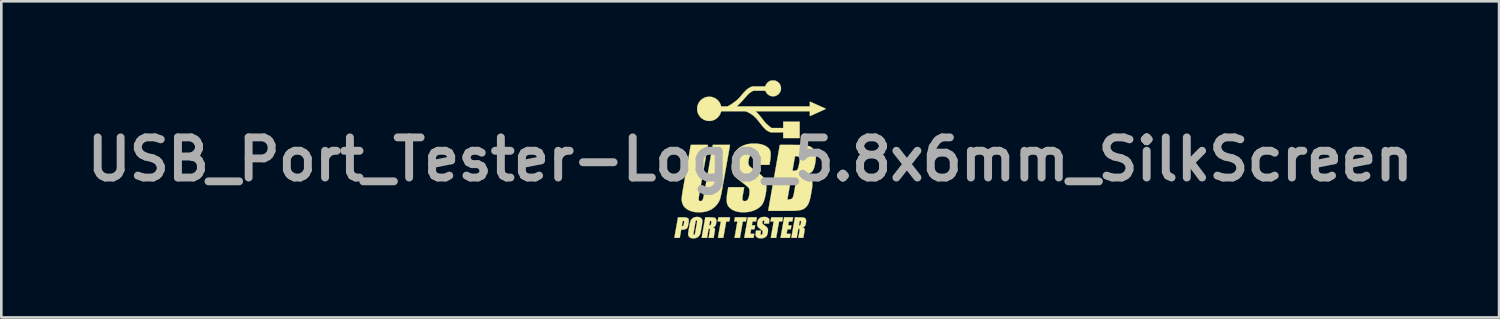
<source format=kicad_pcb>
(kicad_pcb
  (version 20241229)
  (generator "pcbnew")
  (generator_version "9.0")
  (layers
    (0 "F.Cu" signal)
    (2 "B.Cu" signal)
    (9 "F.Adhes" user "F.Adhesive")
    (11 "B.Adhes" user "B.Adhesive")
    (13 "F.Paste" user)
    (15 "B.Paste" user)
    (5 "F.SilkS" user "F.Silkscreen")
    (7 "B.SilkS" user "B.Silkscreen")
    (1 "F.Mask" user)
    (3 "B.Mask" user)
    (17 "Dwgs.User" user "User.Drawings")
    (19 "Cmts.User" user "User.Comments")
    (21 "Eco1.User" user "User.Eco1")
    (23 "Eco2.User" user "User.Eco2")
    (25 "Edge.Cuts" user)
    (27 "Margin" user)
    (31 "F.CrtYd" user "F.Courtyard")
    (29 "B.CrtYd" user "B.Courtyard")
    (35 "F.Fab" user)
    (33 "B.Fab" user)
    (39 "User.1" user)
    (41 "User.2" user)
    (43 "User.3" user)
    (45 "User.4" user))
  (footprint "USB_Port_Tester-Logo_5.8x6mm_SilkScreen"
    (layer "F.Cu")
    (at 25.444 3.003)
    (property "Reference" "USB_Port_Tester-Logo_5.8x6mm_SilkScreen" (at 0 0 0) (layer "F.Fab") (effects (font (size 1.524 1.524) (thickness 0.3))))
    (attr through_hole)
    (fp_poly (pts (xy -0.309 2.2) (xy -0.267 2.2) (xy -0.23 2.201) (xy -0.2 2.201) (xy -0.175 2.201) (xy -0.156 2.202) (xy -0.143 2.202) (xy -0.136 2.203) (xy -0.135 2.203) (xy -0.135 2.207) (xy -0.137 2.215) (xy -0.139 2.228) (xy -0.142 2.244) (xy -0.145 2.263) (xy -0.148 2.28) (xy -0.152 2.3) (xy -0.155 2.319) (xy -0.157 2.334) (xy -0.159 2.346) (xy -0.161 2.354) (xy -0.161 2.356) (xy -0.164 2.357) (xy -0.172 2.358) (xy -0.184 2.358) (xy -0.199 2.358) (xy -0.216 2.358) (xy -0.221 2.358) (xy -0.281 2.358) (xy -0.283 2.369) (xy -0.284 2.374) (xy -0.286 2.383) (xy -0.288 2.398) (xy -0.292 2.417) (xy -0.296 2.441) (xy -0.301 2.468) (xy -0.306 2.499) (xy -0.312 2.532) (xy -0.318 2.569) (xy -0.325 2.607) (xy -0.332 2.647) (xy -0.338 2.681) (xy -0.391 2.981) (xy -0.493 2.982) (xy -0.52 2.982) (xy -0.543 2.982) (xy -0.56 2.982) (xy -0.573 2.982) (xy -0.583 2.981) (xy -0.589 2.981) (xy -0.593 2.98) (xy -0.595 2.979) (xy -0.595 2.978) (xy -0.594 2.975) (xy -0.593 2.966) (xy -0.591 2.953) (xy -0.587 2.935) (xy -0.584 2.913) (xy -0.579 2.888) (xy -0.574 2.86) (xy -0.569 2.829) (xy -0.563 2.796) (xy -0.557 2.762) (xy -0.551 2.726) (xy -0.545 2.69) (xy -0.538 2.654) (xy -0.532 2.617) (xy -0.526 2.582) (xy -0.52 2.547) (xy -0.514 2.515) (xy -0.509 2.484) (xy -0.504 2.456) (xy -0.499 2.431) (xy -0.495 2.409) (xy -0.492 2.391) (xy -0.49 2.378) (xy -0.488 2.369) (xy -0.488 2.366) (xy -0.486 2.358) (xy -0.607 2.358) (xy -0.606 2.35) (xy -0.605 2.345) (xy -0.603 2.335) (xy -0.6 2.321) (xy -0.597 2.304) (xy -0.594 2.285) (xy -0.591 2.271) (xy -0.579 2.2) (xy -0.357 2.2) (xy -0.309 2.2)) (stroke (width 0.01) (type solid)) (fill yes) (layer "F.SilkS"))
    (fp_poly (pts (xy 1.177 2.201) (xy 1.194 2.201) (xy 1.209 2.201) (xy 1.22 2.201) (xy 1.228 2.202) (xy 1.234 2.202) (xy 1.238 2.203) (xy 1.241 2.203) (xy 1.242 2.204) (xy 1.242 2.205) (xy 1.242 2.205) (xy 1.242 2.209) (xy 1.24 2.218) (xy 1.238 2.231) (xy 1.236 2.246) (xy 1.233 2.264) (xy 1.23 2.282) (xy 1.226 2.3) (xy 1.223 2.317) (xy 1.221 2.331) (xy 1.219 2.343) (xy 1.218 2.343) (xy 1.215 2.358) (xy 1.096 2.358) (xy 1.095 2.366) (xy 1.094 2.37) (xy 1.093 2.38) (xy 1.09 2.394) (xy 1.087 2.413) (xy 1.083 2.436) (xy 1.078 2.463) (xy 1.072 2.493) (xy 1.066 2.527) (xy 1.06 2.563) (xy 1.053 2.601) (xy 1.046 2.641) (xy 1.04 2.678) (xy 0.986 2.982) (xy 0.884 2.982) (xy 0.86 2.982) (xy 0.839 2.982) (xy 0.819 2.982) (xy 0.804 2.982) (xy 0.792 2.981) (xy 0.784 2.981) (xy 0.782 2.98) (xy 0.783 2.977) (xy 0.784 2.969) (xy 0.787 2.955) (xy 0.79 2.937) (xy 0.794 2.914) (xy 0.798 2.888) (xy 0.803 2.858) (xy 0.809 2.825) (xy 0.815 2.79) (xy 0.822 2.752) (xy 0.829 2.712) (xy 0.836 2.671) (xy 0.844 2.629) (xy 0.851 2.589) (xy 0.857 2.551) (xy 0.864 2.516) (xy 0.87 2.483) (xy 0.875 2.453) (xy 0.879 2.427) (xy 0.883 2.404) (xy 0.886 2.386) (xy 0.889 2.373) (xy 0.89 2.364) (xy 0.891 2.361) (xy 0.888 2.36) (xy 0.88 2.359) (xy 0.867 2.359) (xy 0.851 2.359) (xy 0.832 2.358) (xy 0.771 2.358) (xy 0.772 2.35) (xy 0.773 2.345) (xy 0.775 2.335) (xy 0.777 2.321) (xy 0.78 2.304) (xy 0.784 2.285) (xy 0.786 2.272) (xy 0.799 2.202) (xy 1.02 2.201) (xy 1.062 2.201) (xy 1.098 2.201) (xy 1.129 2.201) (xy 1.155 2.201) (xy 1.177 2.201)) (stroke (width 0.01) (type solid)) (fill yes) (layer "F.SilkS"))
    (fp_poly (pts (xy -2.604 2.202) (xy -2.572 2.202) (xy -2.545 2.202) (xy -2.522 2.202) (xy -2.504 2.202) (xy -2.488 2.203) (xy -2.476 2.203) (xy -2.466 2.204) (xy -2.458 2.205) (xy -2.451 2.205) (xy -2.444 2.207) (xy -2.437 2.208) (xy -2.437 2.208) (xy -2.409 2.216) (xy -2.386 2.225) (xy -2.367 2.237) (xy -2.353 2.251) (xy -2.342 2.268) (xy -2.341 2.27) (xy -2.337 2.28) (xy -2.335 2.289) (xy -2.333 2.301) (xy -2.333 2.316) (xy -2.332 2.328) (xy -2.333 2.341) (xy -2.334 2.355) (xy -2.335 2.372) (xy -2.338 2.391) (xy -2.342 2.413) (xy -2.346 2.44) (xy -2.351 2.468) (xy -2.358 2.504) (xy -2.366 2.535) (xy -2.373 2.56) (xy -2.381 2.58) (xy -2.389 2.596) (xy -2.39 2.598) (xy -2.399 2.61) (xy -2.407 2.619) (xy -2.416 2.627) (xy -2.429 2.635) (xy -2.433 2.638) (xy -2.456 2.65) (xy -2.483 2.658) (xy -2.514 2.664) (xy -2.549 2.668) (xy -2.584 2.669) (xy -2.621 2.669) (xy -2.648 2.826) (xy -2.676 2.982) (xy -2.778 2.982) (xy -2.806 2.982) (xy -2.829 2.982) (xy -2.847 2.982) (xy -2.861 2.982) (xy -2.87 2.981) (xy -2.876 2.98) (xy -2.879 2.979) (xy -2.88 2.979) (xy -2.879 2.975) (xy -2.878 2.967) (xy -2.875 2.953) (xy -2.872 2.934) (xy -2.868 2.911) (xy -2.863 2.884) (xy -2.858 2.854) (xy -2.852 2.819) (xy -2.846 2.782) (xy -2.839 2.742) (xy -2.831 2.7) (xy -2.823 2.655) (xy -2.815 2.609) (xy -2.811 2.588) (xy -2.801 2.53) (xy -2.596 2.53) (xy -2.593 2.533) (xy -2.586 2.534) (xy -2.577 2.534) (xy -2.567 2.532) (xy -2.56 2.53) (xy -2.551 2.526) (xy -2.544 2.522) (xy -2.543 2.521) (xy -2.538 2.514) (xy -2.533 2.503) (xy -2.528 2.488) (xy -2.523 2.467) (xy -2.518 2.441) (xy -2.517 2.435) (xy -2.512 2.41) (xy -2.509 2.389) (xy -2.508 2.373) (xy -2.509 2.36) (xy -2.511 2.351) (xy -2.516 2.345) (xy -2.524 2.341) (xy -2.533 2.338) (xy -2.545 2.336) (xy -2.562 2.334) (xy -2.579 2.431) (xy -2.583 2.454) (xy -2.587 2.475) (xy -2.59 2.494) (xy -2.592 2.51) (xy -2.594 2.521) (xy -2.595 2.529) (xy -2.596 2.53) (xy -2.801 2.53) (xy -2.743 2.202) (xy -2.604 2.202)) (stroke (width 0.01) (type solid)) (fill yes) (layer "F.SilkS"))
    (fp_poly (pts (xy 0.25 2.21) (xy 0.249 2.215) (xy 0.247 2.226) (xy 0.245 2.24) (xy 0.242 2.257) (xy 0.238 2.276) (xy 0.236 2.288) (xy 0.224 2.357) (xy 0.156 2.358) (xy 0.088 2.358) (xy 0.084 2.386) (xy 0.081 2.398) (xy 0.078 2.415) (xy 0.075 2.434) (xy 0.072 2.453) (xy 0.071 2.458) (xy 0.063 2.503) (xy 0.125 2.504) (xy 0.147 2.505) (xy 0.164 2.505) (xy 0.175 2.506) (xy 0.183 2.507) (xy 0.187 2.508) (xy 0.188 2.509) (xy 0.187 2.512) (xy 0.186 2.521) (xy 0.184 2.534) (xy 0.181 2.55) (xy 0.178 2.569) (xy 0.175 2.583) (xy 0.163 2.654) (xy 0.099 2.654) (xy 0.076 2.654) (xy 0.058 2.655) (xy 0.045 2.655) (xy 0.037 2.656) (xy 0.035 2.657) (xy 0.035 2.661) (xy 0.033 2.669) (xy 0.031 2.681) (xy 0.029 2.696) (xy 0.026 2.714) (xy 0.022 2.732) (xy 0.019 2.751) (xy 0.016 2.77) (xy 0.013 2.787) (xy 0.01 2.801) (xy 0.008 2.812) (xy 0.007 2.819) (xy 0.007 2.819) (xy 0.005 2.827) (xy 0.081 2.827) (xy 0.103 2.827) (xy 0.121 2.827) (xy 0.134 2.827) (xy 0.144 2.828) (xy 0.15 2.828) (xy 0.153 2.829) (xy 0.154 2.83) (xy 0.154 2.832) (xy 0.154 2.832) (xy 0.153 2.836) (xy 0.152 2.846) (xy 0.149 2.859) (xy 0.146 2.875) (xy 0.143 2.894) (xy 0.14 2.91) (xy 0.128 2.982) (xy -0.049 2.982) (xy -0.085 2.982) (xy -0.118 2.982) (xy -0.147 2.982) (xy -0.172 2.982) (xy -0.193 2.981) (xy -0.209 2.981) (xy -0.22 2.98) (xy -0.225 2.98) (xy -0.226 2.98) (xy -0.225 2.976) (xy -0.224 2.968) (xy -0.221 2.954) (xy -0.218 2.936) (xy -0.214 2.914) (xy -0.21 2.888) (xy -0.205 2.859) (xy -0.199 2.827) (xy -0.193 2.793) (xy -0.187 2.756) (xy -0.18 2.718) (xy -0.173 2.678) (xy -0.166 2.637) (xy -0.159 2.597) (xy -0.151 2.556) (xy -0.144 2.515) (xy -0.137 2.475) (xy -0.13 2.437) (xy -0.124 2.4) (xy -0.118 2.365) (xy -0.112 2.332) (xy -0.107 2.303) (xy -0.102 2.276) (xy -0.098 2.253) (xy -0.094 2.235) (xy -0.092 2.22) (xy -0.09 2.211) (xy -0.089 2.207) (xy -0.089 2.207) (xy -0.088 2.2) (xy 0.252 2.2) (xy 0.25 2.21)) (stroke (width 0.01) (type solid)) (fill yes) (layer "F.SilkS"))
    (fp_poly (pts (xy 1.628 2.208) (xy 1.627 2.213) (xy 1.625 2.223) (xy 1.623 2.237) (xy 1.62 2.254) (xy 1.616 2.273) (xy 1.614 2.287) (xy 1.601 2.358) (xy 1.466 2.358) (xy 1.454 2.428) (xy 1.45 2.448) (xy 1.447 2.465) (xy 1.445 2.481) (xy 1.443 2.492) (xy 1.442 2.499) (xy 1.441 2.501) (xy 1.443 2.503) (xy 1.448 2.504) (xy 1.457 2.504) (xy 1.471 2.505) (xy 1.49 2.505) (xy 1.502 2.505) (xy 1.521 2.505) (xy 1.537 2.505) (xy 1.55 2.505) (xy 1.56 2.506) (xy 1.565 2.506) (xy 1.565 2.506) (xy 1.565 2.51) (xy 1.564 2.518) (xy 1.562 2.529) (xy 1.56 2.544) (xy 1.558 2.554) (xy 1.555 2.572) (xy 1.551 2.591) (xy 1.548 2.609) (xy 1.546 2.623) (xy 1.545 2.627) (xy 1.54 2.654) (xy 1.477 2.655) (xy 1.414 2.656) (xy 1.4 2.732) (xy 1.396 2.753) (xy 1.393 2.772) (xy 1.39 2.789) (xy 1.387 2.803) (xy 1.386 2.813) (xy 1.385 2.818) (xy 1.383 2.827) (xy 1.458 2.827) (xy 1.478 2.827) (xy 1.496 2.827) (xy 1.511 2.828) (xy 1.523 2.828) (xy 1.53 2.828) (xy 1.532 2.829) (xy 1.532 2.832) (xy 1.53 2.84) (xy 1.528 2.852) (xy 1.525 2.868) (xy 1.522 2.887) (xy 1.519 2.904) (xy 1.515 2.924) (xy 1.512 2.943) (xy 1.51 2.958) (xy 1.507 2.97) (xy 1.506 2.978) (xy 1.506 2.98) (xy 1.503 2.981) (xy 1.495 2.981) (xy 1.482 2.981) (xy 1.464 2.982) (xy 1.443 2.982) (xy 1.419 2.982) (xy 1.391 2.982) (xy 1.361 2.982) (xy 1.33 2.982) (xy 1.151 2.982) (xy 1.153 2.974) (xy 1.153 2.97) (xy 1.155 2.961) (xy 1.157 2.947) (xy 1.161 2.928) (xy 1.165 2.904) (xy 1.17 2.877) (xy 1.175 2.846) (xy 1.181 2.811) (xy 1.188 2.774) (xy 1.195 2.734) (xy 1.203 2.691) (xy 1.21 2.647) (xy 1.218 2.601) (xy 1.22 2.591) (xy 1.228 2.545) (xy 1.236 2.5) (xy 1.244 2.458) (xy 1.251 2.417) (xy 1.258 2.379) (xy 1.264 2.344) (xy 1.269 2.312) (xy 1.274 2.284) (xy 1.279 2.259) (xy 1.282 2.239) (xy 1.285 2.224) (xy 1.287 2.214) (xy 1.288 2.209) (xy 1.288 2.208) (xy 1.29 2.2) (xy 1.63 2.2) (xy 1.628 2.208)) (stroke (width 0.01) (type solid)) (fill yes) (layer "F.SilkS"))
    (fp_poly (pts (xy -0.952 2.2) (xy -0.918 2.2) (xy -0.886 2.2) (xy -0.857 2.201) (xy -0.832 2.201) (xy -0.809 2.201) (xy -0.791 2.201) (xy -0.777 2.202) (xy -0.768 2.202) (xy -0.765 2.202) (xy -0.765 2.202) (xy -0.765 2.206) (xy -0.767 2.214) (xy -0.769 2.227) (xy -0.771 2.243) (xy -0.775 2.261) (xy -0.778 2.279) (xy -0.781 2.299) (xy -0.785 2.318) (xy -0.787 2.333) (xy -0.789 2.346) (xy -0.791 2.353) (xy -0.791 2.356) (xy -0.794 2.357) (xy -0.802 2.357) (xy -0.813 2.358) (xy -0.829 2.358) (xy -0.846 2.358) (xy -0.851 2.358) (xy -0.869 2.358) (xy -0.885 2.358) (xy -0.898 2.359) (xy -0.907 2.359) (xy -0.911 2.359) (xy -0.911 2.359) (xy -0.912 2.362) (xy -0.913 2.37) (xy -0.916 2.384) (xy -0.919 2.402) (xy -0.923 2.424) (xy -0.927 2.45) (xy -0.933 2.48) (xy -0.938 2.513) (xy -0.945 2.548) (xy -0.951 2.586) (xy -0.959 2.626) (xy -0.966 2.668) (xy -0.966 2.67) (xy -1.021 2.981) (xy -1.123 2.982) (xy -1.15 2.982) (xy -1.172 2.982) (xy -1.189 2.982) (xy -1.203 2.982) (xy -1.212 2.981) (xy -1.218 2.981) (xy -1.222 2.98) (xy -1.224 2.979) (xy -1.225 2.978) (xy -1.224 2.975) (xy -1.223 2.966) (xy -1.22 2.952) (xy -1.217 2.934) (xy -1.214 2.913) (xy -1.209 2.887) (xy -1.204 2.859) (xy -1.199 2.828) (xy -1.193 2.795) (xy -1.187 2.761) (xy -1.181 2.725) (xy -1.175 2.689) (xy -1.168 2.652) (xy -1.162 2.616) (xy -1.156 2.58) (xy -1.149 2.546) (xy -1.144 2.513) (xy -1.138 2.482) (xy -1.133 2.454) (xy -1.129 2.429) (xy -1.125 2.407) (xy -1.122 2.39) (xy -1.119 2.376) (xy -1.118 2.368) (xy -1.117 2.365) (xy -1.116 2.358) (xy -1.176 2.358) (xy -1.194 2.358) (xy -1.21 2.358) (xy -1.223 2.358) (xy -1.232 2.357) (xy -1.236 2.357) (xy -1.236 2.356) (xy -1.236 2.353) (xy -1.234 2.345) (xy -1.232 2.332) (xy -1.23 2.316) (xy -1.226 2.298) (xy -1.223 2.28) (xy -1.22 2.26) (xy -1.216 2.242) (xy -1.214 2.226) (xy -1.212 2.214) (xy -1.21 2.206) (xy -1.21 2.203) (xy -1.207 2.202) (xy -1.198 2.202) (xy -1.184 2.201) (xy -1.163 2.201) (xy -1.137 2.201) (xy -1.105 2.2) (xy -1.067 2.2) (xy -1.023 2.2) (xy -0.987 2.2) (xy -0.952 2.2)) (stroke (width 0.01) (type solid)) (fill yes) (layer "F.SilkS"))
    (fp_poly (pts (xy -2.002 2.186) (xy -1.983 2.188) (xy -1.965 2.189) (xy -1.95 2.191) (xy -1.942 2.193) (xy -1.912 2.204) (xy -1.885 2.218) (xy -1.861 2.236) (xy -1.843 2.258) (xy -1.829 2.282) (xy -1.821 2.304) (xy -1.819 2.313) (xy -1.817 2.324) (xy -1.816 2.335) (xy -1.816 2.348) (xy -1.817 2.363) (xy -1.818 2.38) (xy -1.82 2.4) (xy -1.823 2.423) (xy -1.827 2.45) (xy -1.832 2.481) (xy -1.838 2.517) (xy -1.845 2.557) (xy -1.853 2.603) (xy -1.853 2.604) (xy -1.861 2.649) (xy -1.869 2.689) (xy -1.875 2.724) (xy -1.881 2.753) (xy -1.886 2.779) (xy -1.891 2.8) (xy -1.896 2.818) (xy -1.9 2.833) (xy -1.904 2.844) (xy -1.904 2.845) (xy -1.92 2.877) (xy -1.94 2.906) (xy -1.965 2.932) (xy -1.993 2.954) (xy -2.025 2.972) (xy -2.06 2.986) (xy -2.097 2.995) (xy -2.107 2.997) (xy -2.128 2.999) (xy -2.15 3) (xy -2.174 2.999) (xy -2.196 2.998) (xy -2.214 2.996) (xy -2.247 2.987) (xy -2.277 2.975) (xy -2.302 2.959) (xy -2.322 2.939) (xy -2.338 2.915) (xy -2.35 2.887) (xy -2.355 2.869) (xy -2.356 2.861) (xy -2.357 2.851) (xy -2.357 2.841) (xy -2.357 2.838) (xy -2.157 2.838) (xy -2.157 2.85) (xy -2.155 2.858) (xy -2.15 2.863) (xy -2.144 2.866) (xy -2.143 2.866) (xy -2.136 2.867) (xy -2.132 2.867) (xy -2.126 2.865) (xy -2.122 2.864) (xy -2.115 2.859) (xy -2.108 2.85) (xy -2.102 2.837) (xy -2.097 2.819) (xy -2.096 2.815) (xy -2.094 2.806) (xy -2.092 2.793) (xy -2.088 2.775) (xy -2.084 2.753) (xy -2.08 2.728) (xy -2.075 2.7) (xy -2.07 2.671) (xy -2.064 2.639) (xy -2.058 2.607) (xy -2.053 2.575) (xy -2.047 2.542) (xy -2.042 2.511) (xy -2.037 2.481) (xy -2.032 2.452) (xy -2.028 2.427) (xy -2.024 2.404) (xy -2.021 2.385) (xy -2.018 2.37) (xy -2.017 2.36) (xy -2.017 2.356) (xy -2.016 2.344) (xy -2.016 2.336) (xy -2.017 2.33) (xy -2.02 2.327) (xy -2.02 2.326) (xy -2.029 2.32) (xy -2.04 2.319) (xy -2.049 2.322) (xy -2.059 2.328) (xy -2.066 2.338) (xy -2.073 2.353) (xy -2.075 2.362) (xy -2.077 2.369) (xy -2.079 2.38) (xy -2.082 2.397) (xy -2.086 2.417) (xy -2.09 2.441) (xy -2.095 2.467) (xy -2.1 2.496) (xy -2.105 2.527) (xy -2.111 2.559) (xy -2.117 2.591) (xy -2.123 2.624) (xy -2.128 2.656) (xy -2.133 2.687) (xy -2.138 2.716) (xy -2.143 2.742) (xy -2.147 2.766) (xy -2.15 2.787) (xy -2.153 2.803) (xy -2.155 2.815) (xy -2.156 2.822) (xy -2.157 2.838) (xy -2.357 2.838) (xy -2.357 2.83) (xy -2.356 2.816) (xy -2.355 2.8) (xy -2.353 2.781) (xy -2.35 2.76) (xy -2.346 2.734) (xy -2.341 2.705) (xy -2.336 2.671) (xy -2.329 2.633) (xy -2.321 2.589) (xy -2.317 2.566) (xy -2.309 2.521) (xy -2.302 2.481) (xy -2.295 2.447) (xy -2.289 2.417) (xy -2.283 2.392) (xy -2.278 2.371) (xy -2.273 2.354) (xy -2.268 2.34) (xy -2.268 2.339) (xy -2.253 2.309) (xy -2.234 2.281) (xy -2.21 2.256) (xy -2.183 2.234) (xy -2.153 2.215) (xy -2.123 2.203) (xy -2.093 2.194) (xy -2.063 2.189) (xy -2.032 2.186) (xy -2.002 2.186)) (stroke (width 0.01) (type solid)) (fill yes) (layer "F.SilkS"))
    (fp_poly (pts (xy -1.574 2.2) (xy -1.549 2.2) (xy -1.523 2.201) (xy -1.499 2.201) (xy -1.476 2.202) (xy -1.456 2.203) (xy -1.455 2.203) (xy -1.426 2.205) (xy -1.402 2.207) (xy -1.382 2.21) (xy -1.365 2.213) (xy -1.352 2.218) (xy -1.34 2.223) (xy -1.329 2.23) (xy -1.32 2.239) (xy -1.306 2.254) (xy -1.296 2.27) (xy -1.289 2.29) (xy -1.285 2.313) (xy -1.283 2.34) (xy -1.283 2.343) (xy -1.284 2.371) (xy -1.288 2.402) (xy -1.293 2.433) (xy -1.3 2.463) (xy -1.309 2.49) (xy -1.315 2.507) (xy -1.328 2.529) (xy -1.345 2.546) (xy -1.366 2.559) (xy -1.39 2.568) (xy -1.395 2.569) (xy -1.407 2.572) (xy -1.415 2.574) (xy -1.418 2.576) (xy -1.416 2.578) (xy -1.409 2.581) (xy -1.404 2.583) (xy -1.382 2.593) (xy -1.366 2.604) (xy -1.353 2.619) (xy -1.344 2.637) (xy -1.343 2.64) (xy -1.341 2.646) (xy -1.34 2.651) (xy -1.339 2.657) (xy -1.339 2.663) (xy -1.339 2.671) (xy -1.339 2.682) (xy -1.341 2.694) (xy -1.343 2.709) (xy -1.346 2.728) (xy -1.349 2.75) (xy -1.354 2.777) (xy -1.359 2.808) (xy -1.366 2.845) (xy -1.367 2.854) (xy -1.39 2.982) (xy -1.484 2.982) (xy -1.507 2.982) (xy -1.528 2.982) (xy -1.546 2.982) (xy -1.561 2.982) (xy -1.572 2.981) (xy -1.578 2.981) (xy -1.579 2.981) (xy -1.579 2.977) (xy -1.577 2.969) (xy -1.575 2.956) (xy -1.572 2.939) (xy -1.568 2.918) (xy -1.564 2.895) (xy -1.56 2.869) (xy -1.555 2.841) (xy -1.554 2.838) (xy -1.549 2.809) (xy -1.545 2.782) (xy -1.54 2.756) (xy -1.536 2.733) (xy -1.533 2.713) (xy -1.53 2.697) (xy -1.529 2.685) (xy -1.528 2.679) (xy -1.528 2.679) (xy -1.527 2.662) (xy -1.53 2.649) (xy -1.536 2.64) (xy -1.546 2.635) (xy -1.561 2.632) (xy -1.563 2.632) (xy -1.578 2.63) (xy -1.609 2.806) (xy -1.64 2.981) (xy -1.742 2.982) (xy -1.845 2.982) (xy -1.776 2.595) (xy -1.768 2.548) (xy -1.761 2.507) (xy -1.556 2.507) (xy -1.553 2.508) (xy -1.546 2.508) (xy -1.537 2.507) (xy -1.528 2.505) (xy -1.519 2.503) (xy -1.512 2.501) (xy -1.512 2.5) (xy -1.505 2.495) (xy -1.499 2.487) (xy -1.494 2.476) (xy -1.489 2.46) (xy -1.484 2.44) (xy -1.48 2.414) (xy -1.478 2.404) (xy -1.475 2.384) (xy -1.474 2.368) (xy -1.476 2.357) (xy -1.479 2.349) (xy -1.482 2.345) (xy -1.487 2.343) (xy -1.495 2.34) (xy -1.505 2.337) (xy -1.514 2.335) (xy -1.521 2.335) (xy -1.525 2.335) (xy -1.525 2.338) (xy -1.527 2.346) (xy -1.529 2.358) (xy -1.532 2.373) (xy -1.535 2.39) (xy -1.539 2.409) (xy -1.542 2.428) (xy -1.546 2.447) (xy -1.549 2.465) (xy -1.551 2.481) (xy -1.554 2.494) (xy -1.555 2.502) (xy -1.556 2.507) (xy -1.556 2.507) (xy -1.761 2.507) (xy -1.76 2.503) (xy -1.752 2.459) (xy -1.745 2.418) (xy -1.738 2.38) (xy -1.732 2.344) (xy -1.726 2.312) (xy -1.721 2.283) (xy -1.717 2.258) (xy -1.713 2.237) (xy -1.71 2.221) (xy -1.708 2.21) (xy -1.707 2.205) (xy -1.707 2.204) (xy -1.703 2.203) (xy -1.695 2.202) (xy -1.682 2.201) (xy -1.665 2.201) (xy -1.646 2.2) (xy -1.623 2.2) (xy -1.599 2.2) (xy -1.574 2.2)) (stroke (width 0.01) (type solid)) (fill yes) (layer "F.SilkS"))
    (fp_poly (pts (xy 0.542 2.186) (xy 0.568 2.187) (xy 0.592 2.19) (xy 0.612 2.194) (xy 0.614 2.194) (xy 0.643 2.204) (xy 0.668 2.216) (xy 0.689 2.231) (xy 0.706 2.247) (xy 0.717 2.264) (xy 0.72 2.271) (xy 0.722 2.277) (xy 0.724 2.283) (xy 0.725 2.291) (xy 0.725 2.302) (xy 0.725 2.318) (xy 0.725 2.323) (xy 0.724 2.339) (xy 0.723 2.357) (xy 0.721 2.376) (xy 0.719 2.394) (xy 0.717 2.41) (xy 0.714 2.424) (xy 0.712 2.434) (xy 0.71 2.438) (xy 0.707 2.438) (xy 0.699 2.439) (xy 0.686 2.439) (xy 0.671 2.44) (xy 0.653 2.44) (xy 0.633 2.44) (xy 0.613 2.44) (xy 0.593 2.44) (xy 0.574 2.44) (xy 0.556 2.44) (xy 0.542 2.44) (xy 0.531 2.439) (xy 0.525 2.439) (xy 0.523 2.438) (xy 0.523 2.435) (xy 0.524 2.426) (xy 0.526 2.415) (xy 0.528 2.4) (xy 0.529 2.395) (xy 0.532 2.374) (xy 0.535 2.359) (xy 0.536 2.347) (xy 0.536 2.339) (xy 0.534 2.332) (xy 0.532 2.328) (xy 0.531 2.326) (xy 0.525 2.321) (xy 0.518 2.319) (xy 0.512 2.319) (xy 0.502 2.32) (xy 0.493 2.324) (xy 0.491 2.325) (xy 0.483 2.332) (xy 0.476 2.345) (xy 0.47 2.36) (xy 0.466 2.372) (xy 0.464 2.386) (xy 0.463 2.401) (xy 0.463 2.416) (xy 0.464 2.429) (xy 0.466 2.438) (xy 0.467 2.44) (xy 0.475 2.45) (xy 0.488 2.463) (xy 0.506 2.478) (xy 0.527 2.493) (xy 0.563 2.519) (xy 0.594 2.544) (xy 0.619 2.566) (xy 0.629 2.576) (xy 0.644 2.593) (xy 0.656 2.609) (xy 0.665 2.626) (xy 0.67 2.643) (xy 0.674 2.664) (xy 0.675 2.688) (xy 0.675 2.7) (xy 0.673 2.736) (xy 0.669 2.771) (xy 0.663 2.806) (xy 0.654 2.839) (xy 0.644 2.869) (xy 0.632 2.895) (xy 0.62 2.915) (xy 0.605 2.931) (xy 0.586 2.946) (xy 0.563 2.961) (xy 0.537 2.974) (xy 0.509 2.984) (xy 0.49 2.99) (xy 0.471 2.994) (xy 0.447 2.997) (xy 0.422 2.999) (xy 0.396 2.999) (xy 0.371 2.999) (xy 0.35 2.997) (xy 0.342 2.996) (xy 0.311 2.987) (xy 0.282 2.976) (xy 0.258 2.961) (xy 0.237 2.944) (xy 0.221 2.924) (xy 0.212 2.906) (xy 0.21 2.9) (xy 0.208 2.894) (xy 0.207 2.885) (xy 0.207 2.874) (xy 0.207 2.858) (xy 0.207 2.842) (xy 0.208 2.797) (xy 0.213 2.754) (xy 0.221 2.711) (xy 0.223 2.704) (xy 0.412 2.704) (xy 0.402 2.76) (xy 0.398 2.789) (xy 0.395 2.812) (xy 0.393 2.83) (xy 0.393 2.844) (xy 0.394 2.853) (xy 0.397 2.859) (xy 0.398 2.86) (xy 0.409 2.866) (xy 0.421 2.867) (xy 0.434 2.864) (xy 0.446 2.856) (xy 0.456 2.845) (xy 0.462 2.834) (xy 0.465 2.822) (xy 0.469 2.807) (xy 0.472 2.789) (xy 0.474 2.772) (xy 0.475 2.756) (xy 0.475 2.753) (xy 0.474 2.743) (xy 0.473 2.735) (xy 0.471 2.727) (xy 0.468 2.719) (xy 0.463 2.711) (xy 0.455 2.702) (xy 0.444 2.692) (xy 0.431 2.68) (xy 0.414 2.666) (xy 0.392 2.649) (xy 0.373 2.635) (xy 0.349 2.615) (xy 0.329 2.599) (xy 0.313 2.584) (xy 0.3 2.571) (xy 0.29 2.559) (xy 0.282 2.547) (xy 0.276 2.535) (xy 0.271 2.522) (xy 0.268 2.509) (xy 0.265 2.49) (xy 0.264 2.466) (xy 0.266 2.44) (xy 0.269 2.412) (xy 0.274 2.384) (xy 0.28 2.356) (xy 0.287 2.332) (xy 0.301 2.3) (xy 0.318 2.272) (xy 0.339 2.248) (xy 0.364 2.228) (xy 0.37 2.224) (xy 0.393 2.212) (xy 0.419 2.202) (xy 0.447 2.194) (xy 0.468 2.19) (xy 0.491 2.187) (xy 0.516 2.186) (xy 0.542 2.186)) (stroke (width 0.01) (type solid)) (fill yes) (layer "F.SilkS"))
    (fp_poly (pts (xy 1.837 2.201) (xy 1.874 2.202) (xy 1.907 2.202) (xy 1.934 2.203) (xy 1.958 2.204) (xy 1.977 2.205) (xy 1.994 2.206) (xy 2.008 2.207) (xy 2.02 2.209) (xy 2.03 2.211) (xy 2.04 2.213) (xy 2.045 2.215) (xy 2.068 2.225) (xy 2.088 2.239) (xy 2.104 2.258) (xy 2.116 2.281) (xy 2.118 2.289) (xy 2.12 2.295) (xy 2.121 2.303) (xy 2.122 2.314) (xy 2.122 2.327) (xy 2.122 2.344) (xy 2.121 2.378) (xy 2.117 2.412) (xy 2.111 2.444) (xy 2.103 2.474) (xy 2.094 2.5) (xy 2.082 2.523) (xy 2.071 2.538) (xy 2.06 2.548) (xy 2.045 2.557) (xy 2.027 2.565) (xy 2.008 2.57) (xy 2.006 2.571) (xy 1.994 2.573) (xy 1.986 2.576) (xy 1.983 2.577) (xy 1.986 2.578) (xy 1.988 2.578) (xy 1.995 2.58) (xy 2.005 2.584) (xy 2.017 2.589) (xy 2.028 2.596) (xy 2.038 2.602) (xy 2.041 2.605) (xy 2.053 2.62) (xy 2.062 2.637) (xy 2.067 2.655) (xy 2.067 2.658) (xy 2.068 2.663) (xy 2.068 2.669) (xy 2.068 2.675) (xy 2.067 2.682) (xy 2.066 2.692) (xy 2.064 2.704) (xy 2.062 2.718) (xy 2.059 2.736) (xy 2.056 2.758) (xy 2.051 2.784) (xy 2.046 2.815) (xy 2.04 2.851) (xy 2.017 2.982) (xy 1.923 2.982) (xy 1.895 2.982) (xy 1.874 2.982) (xy 1.857 2.982) (xy 1.844 2.981) (xy 1.836 2.981) (xy 1.831 2.98) (xy 1.828 2.979) (xy 1.828 2.979) (xy 1.829 2.975) (xy 1.83 2.966) (xy 1.832 2.953) (xy 1.835 2.936) (xy 1.839 2.915) (xy 1.843 2.891) (xy 1.848 2.866) (xy 1.852 2.842) (xy 1.858 2.808) (xy 1.863 2.78) (xy 1.867 2.757) (xy 1.87 2.737) (xy 1.872 2.72) (xy 1.874 2.707) (xy 1.875 2.695) (xy 1.876 2.686) (xy 1.876 2.677) (xy 1.876 2.677) (xy 1.876 2.663) (xy 1.876 2.653) (xy 1.875 2.647) (xy 1.873 2.643) (xy 1.871 2.641) (xy 1.869 2.639) (xy 1.863 2.636) (xy 1.855 2.634) (xy 1.846 2.632) (xy 1.837 2.631) (xy 1.83 2.631) (xy 1.828 2.632) (xy 1.828 2.635) (xy 1.826 2.644) (xy 1.824 2.657) (xy 1.821 2.674) (xy 1.818 2.694) (xy 1.814 2.716) (xy 1.809 2.741) (xy 1.805 2.767) (xy 1.8 2.794) (xy 1.795 2.821) (xy 1.791 2.848) (xy 1.786 2.873) (xy 1.782 2.897) (xy 1.778 2.918) (xy 1.775 2.936) (xy 1.772 2.951) (xy 1.77 2.962) (xy 1.769 2.967) (xy 1.766 2.982) (xy 1.561 2.982) (xy 1.563 2.976) (xy 1.564 2.972) (xy 1.565 2.964) (xy 1.568 2.95) (xy 1.571 2.932) (xy 1.575 2.909) (xy 1.579 2.883) (xy 1.585 2.854) (xy 1.59 2.822) (xy 1.596 2.787) (xy 1.603 2.75) (xy 1.61 2.712) (xy 1.617 2.672) (xy 1.624 2.632) (xy 1.631 2.591) (xy 1.638 2.551) (xy 1.645 2.51) (xy 1.646 2.505) (xy 1.852 2.505) (xy 1.854 2.507) (xy 1.861 2.507) (xy 1.87 2.507) (xy 1.88 2.505) (xy 1.89 2.503) (xy 1.896 2.5) (xy 1.903 2.495) (xy 1.909 2.486) (xy 1.914 2.472) (xy 1.919 2.454) (xy 1.922 2.443) (xy 1.927 2.416) (xy 1.93 2.394) (xy 1.932 2.377) (xy 1.932 2.364) (xy 1.929 2.354) (xy 1.925 2.346) (xy 1.918 2.342) (xy 1.908 2.338) (xy 1.896 2.336) (xy 1.887 2.335) (xy 1.882 2.335) (xy 1.881 2.335) (xy 1.88 2.338) (xy 1.879 2.346) (xy 1.877 2.359) (xy 1.874 2.375) (xy 1.871 2.394) (xy 1.867 2.414) (xy 1.866 2.418) (xy 1.862 2.44) (xy 1.859 2.459) (xy 1.856 2.476) (xy 1.854 2.49) (xy 1.852 2.5) (xy 1.852 2.504) (xy 1.852 2.505) (xy 1.646 2.505) (xy 1.652 2.471) (xy 1.659 2.433) (xy 1.665 2.396) (xy 1.671 2.362) (xy 1.677 2.33) (xy 1.682 2.301) (xy 1.687 2.275) (xy 1.691 2.253) (xy 1.694 2.236) (xy 1.696 2.223) (xy 1.696 2.22) (xy 1.7 2.199) (xy 1.837 2.201)) (stroke (width 0.01) (type solid)) (fill yes) (layer "F.SilkS"))
    (fp_poly (pts (xy -1.881 -0.551) (xy -1.836 -0.551) (xy -1.795 -0.551) (xy -1.76 -0.551) (xy -1.729 -0.551) (xy -1.703 -0.55) (xy -1.68 -0.55) (xy -1.661 -0.55) (xy -1.646 -0.55) (xy -1.634 -0.55) (xy -1.624 -0.549) (xy -1.617 -0.549) (xy -1.611 -0.548) (xy -1.608 -0.548) (xy -1.606 -0.547) (xy -1.605 -0.546) (xy -1.605 -0.546) (xy -1.606 -0.543) (xy -1.607 -0.534) (xy -1.61 -0.52) (xy -1.613 -0.501) (xy -1.617 -0.477) (xy -1.622 -0.448) (xy -1.628 -0.415) (xy -1.635 -0.377) (xy -1.642 -0.335) (xy -1.65 -0.29) (xy -1.659 -0.241) (xy -1.668 -0.188) (xy -1.678 -0.132) (xy -1.688 -0.074) (xy -1.699 -0.012) (xy -1.71 0.052) (xy -1.722 0.119) (xy -1.734 0.187) (xy -1.746 0.258) (xy -1.759 0.33) (xy -1.772 0.404) (xy -1.774 0.412) (xy -1.787 0.487) (xy -1.8 0.56) (xy -1.812 0.632) (xy -1.825 0.701) (xy -1.837 0.769) (xy -1.848 0.835) (xy -1.859 0.899) (xy -1.87 0.96) (xy -1.88 1.018) (xy -1.89 1.072) (xy -1.899 1.124) (xy -1.907 1.172) (xy -1.915 1.217) (xy -1.922 1.257) (xy -1.928 1.293) (xy -1.934 1.325) (xy -1.938 1.353) (xy -1.942 1.375) (xy -1.945 1.392) (xy -1.947 1.404) (xy -1.948 1.411) (xy -1.948 1.411) (xy -1.952 1.437) (xy -1.954 1.462) (xy -1.956 1.486) (xy -1.956 1.507) (xy -1.956 1.525) (xy -1.955 1.538) (xy -1.954 1.544) (xy -1.947 1.558) (xy -1.937 1.571) (xy -1.923 1.579) (xy -1.916 1.582) (xy -1.9 1.584) (xy -1.881 1.584) (xy -1.863 1.581) (xy -1.849 1.576) (xy -1.833 1.566) (xy -1.818 1.552) (xy -1.806 1.534) (xy -1.803 1.527) (xy -1.796 1.511) (xy -1.79 1.49) (xy -1.783 1.465) (xy -1.775 1.437) (xy -1.768 1.407) (xy -1.765 1.393) (xy -1.764 1.386) (xy -1.762 1.373) (xy -1.759 1.356) (xy -1.754 1.333) (xy -1.75 1.305) (xy -1.744 1.273) (xy -1.737 1.237) (xy -1.73 1.196) (xy -1.722 1.151) (xy -1.713 1.103) (xy -1.704 1.051) (xy -1.694 0.996) (xy -1.684 0.937) (xy -1.673 0.876) (xy -1.662 0.813) (xy -1.65 0.747) (xy -1.638 0.679) (xy -1.626 0.609) (xy -1.613 0.538) (xy -1.6 0.465) (xy -1.589 0.402) (xy -1.576 0.329) (xy -1.564 0.257) (xy -1.551 0.187) (xy -1.539 0.119) (xy -1.528 0.052) (xy -1.516 -0.012) (xy -1.506 -0.073) (xy -1.495 -0.131) (xy -1.485 -0.187) (xy -1.476 -0.24) (xy -1.468 -0.289) (xy -1.46 -0.334) (xy -1.452 -0.376) (xy -1.446 -0.413) (xy -1.44 -0.446) (xy -1.435 -0.475) (xy -1.43 -0.499) (xy -1.427 -0.518) (xy -1.424 -0.532) (xy -1.423 -0.541) (xy -1.422 -0.544) (xy -1.421 -0.551) (xy -1.094 -0.551) (xy -1.051 -0.551) (xy -1.009 -0.551) (xy -0.97 -0.551) (xy -0.933 -0.551) (xy -0.899 -0.551) (xy -0.867 -0.55) (xy -0.84 -0.55) (xy -0.816 -0.55) (xy -0.797 -0.55) (xy -0.782 -0.55) (xy -0.772 -0.55) (xy -0.768 -0.55) (xy -0.768 -0.55) (xy -0.768 -0.546) (xy -0.77 -0.537) (xy -0.772 -0.523) (xy -0.775 -0.504) (xy -0.779 -0.48) (xy -0.784 -0.452) (xy -0.79 -0.419) (xy -0.796 -0.383) (xy -0.803 -0.343) (xy -0.811 -0.3) (xy -0.819 -0.253) (xy -0.828 -0.204) (xy -0.837 -0.152) (xy -0.847 -0.098) (xy -0.857 -0.041) (xy -0.867 0.017) (xy -0.877 0.076) (xy -0.888 0.137) (xy -0.899 0.199) (xy -0.91 0.261) (xy -0.921 0.324) (xy -0.933 0.387) (xy -0.944 0.45) (xy -0.955 0.513) (xy -0.966 0.575) (xy -0.977 0.636) (xy -0.988 0.696) (xy -0.998 0.755) (xy -1.008 0.812) (xy -1.018 0.867) (xy -1.027 0.92) (xy -1.036 0.97) (xy -1.045 1.018) (xy -1.053 1.062) (xy -1.06 1.104) (xy -1.067 1.141) (xy -1.073 1.175) (xy -1.078 1.205) (xy -1.083 1.231) (xy -1.087 1.252) (xy -1.09 1.268) (xy -1.092 1.279) (xy -1.093 1.283) (xy -1.101 1.324) (xy -1.11 1.364) (xy -1.119 1.402) (xy -1.127 1.438) (xy -1.136 1.47) (xy -1.143 1.498) (xy -1.15 1.52) (xy -1.166 1.561) (xy -1.187 1.603) (xy -1.212 1.646) (xy -1.242 1.689) (xy -1.275 1.731) (xy -1.312 1.771) (xy -1.319 1.778) (xy -1.366 1.822) (xy -1.416 1.861) (xy -1.47 1.896) (xy -1.527 1.926) (xy -1.589 1.952) (xy -1.653 1.973) (xy -1.722 1.99) (xy -1.794 2.002) (xy -1.799 2.003) (xy -1.813 2.004) (xy -1.832 2.005) (xy -1.855 2.007) (xy -1.881 2.007) (xy -1.908 2.008) (xy -1.935 2.009) (xy -1.963 2.009) (xy -1.988 2.009) (xy -2.011 2.008) (xy -2.031 2.008) (xy -2.046 2.007) (xy -2.046 2.007) (xy -2.115 1.998) (xy -2.179 1.985) (xy -2.238 1.969) (xy -2.294 1.949) (xy -2.331 1.932) (xy -2.378 1.907) (xy -2.42 1.881) (xy -2.456 1.852) (xy -2.488 1.821) (xy -2.516 1.788) (xy -2.54 1.752) (xy -2.555 1.724) (xy -2.575 1.676) (xy -2.59 1.627) (xy -2.599 1.577) (xy -2.603 1.527) (xy -2.601 1.48) (xy -2.601 1.467) (xy -2.599 1.455) (xy -2.598 1.442) (xy -2.597 1.429) (xy -2.595 1.415) (xy -2.594 1.4) (xy -2.592 1.384) (xy -2.59 1.367) (xy -2.587 1.349) (xy -2.584 1.329) (xy -2.581 1.308) (xy -2.578 1.284) (xy -2.574 1.259) (xy -2.569 1.231) (xy -2.564 1.2) (xy -2.559 1.167) (xy -2.553 1.131) (xy -2.546 1.092) (xy -2.539 1.05) (xy -2.531 1.004) (xy -2.523 0.954) (xy -2.513 0.901) (xy -2.503 0.844) (xy -2.493 0.782) (xy -2.481 0.716) (xy -2.469 0.646) (xy -2.456 0.57) (xy -2.441 0.49) (xy -2.426 0.405) (xy -2.41 0.314) (xy -2.393 0.217) (xy -2.391 0.203) (xy -2.379 0.137) (xy -2.368 0.073) (xy -2.357 0.011) (xy -2.346 -0.049) (xy -2.336 -0.107) (xy -2.326 -0.162) (xy -2.317 -0.215) (xy -2.308 -0.265) (xy -2.3 -0.311) (xy -2.293 -0.354) (xy -2.286 -0.394) (xy -2.28 -0.429) (xy -2.274 -0.461) (xy -2.269 -0.488) (xy -2.265 -0.51) (xy -2.262 -0.527) (xy -2.26 -0.54) (xy -2.259 -0.547) (xy -2.259 -0.548) (xy -2.256 -0.549) (xy -2.247 -0.549) (xy -2.234 -0.549) (xy -2.216 -0.55) (xy -2.193 -0.55) (xy -2.166 -0.55) (xy -2.135 -0.55) (xy -2.1 -0.55) (xy -2.063 -0.551) (xy -2.023 -0.551) (xy -1.98 -0.551) (xy -1.935 -0.551) (xy -1.932 -0.551) (xy -1.881 -0.551)) (stroke (width 0.01) (type solid)) (fill yes) (layer "F.SilkS"))
    (fp_poly (pts (xy 0.198 -0.6) (xy 0.231 -0.599) (xy 0.261 -0.597) (xy 0.291 -0.594) (xy 0.321 -0.59) (xy 0.331 -0.589) (xy 0.389 -0.578) (xy 0.444 -0.565) (xy 0.497 -0.548) (xy 0.546 -0.528) (xy 0.591 -0.505) (xy 0.632 -0.48) (xy 0.668 -0.453) (xy 0.7 -0.423) (xy 0.726 -0.391) (xy 0.73 -0.384) (xy 0.743 -0.363) (xy 0.754 -0.339) (xy 0.763 -0.313) (xy 0.77 -0.285) (xy 0.775 -0.253) (xy 0.778 -0.218) (xy 0.779 -0.18) (xy 0.778 -0.138) (xy 0.775 -0.092) (xy 0.77 -0.041) (xy 0.763 0.014) (xy 0.754 0.074) (xy 0.743 0.14) (xy 0.742 0.146) (xy 0.731 0.209) (xy 0.427 0.21) (xy 0.378 0.21) (xy 0.334 0.21) (xy 0.296 0.21) (xy 0.263 0.211) (xy 0.234 0.211) (xy 0.21 0.21) (xy 0.189 0.21) (xy 0.172 0.21) (xy 0.158 0.21) (xy 0.147 0.21) (xy 0.139 0.209) (xy 0.133 0.209) (xy 0.129 0.208) (xy 0.126 0.208) (xy 0.125 0.207) (xy 0.124 0.206) (xy 0.124 0.206) (xy 0.125 0.201) (xy 0.127 0.192) (xy 0.129 0.178) (xy 0.132 0.161) (xy 0.136 0.142) (xy 0.14 0.12) (xy 0.144 0.098) (xy 0.148 0.075) (xy 0.151 0.053) (xy 0.155 0.033) (xy 0.158 0.015) (xy 0.16 -0.001) (xy 0.162 -0.012) (xy 0.163 -0.015) (xy 0.167 -0.049) (xy 0.169 -0.079) (xy 0.169 -0.104) (xy 0.167 -0.124) (xy 0.162 -0.14) (xy 0.157 -0.15) (xy 0.146 -0.161) (xy 0.131 -0.169) (xy 0.114 -0.174) (xy 0.094 -0.175) (xy 0.073 -0.174) (xy 0.052 -0.169) (xy 0.039 -0.164) (xy 0.026 -0.156) (xy 0.012 -0.144) (xy -0.001 -0.13) (xy -0.014 -0.115) (xy -0.021 -0.103) (xy -0.032 -0.079) (xy -0.042 -0.052) (xy -0.051 -0.02) (xy -0.059 0.014) (xy -0.064 0.05) (xy -0.068 0.085) (xy -0.069 0.105) (xy -0.07 0.131) (xy -0.069 0.155) (xy -0.066 0.177) (xy -0.06 0.197) (xy -0.052 0.216) (xy -0.042 0.235) (xy -0.028 0.253) (xy -0.01 0.272) (xy 0.011 0.291) (xy 0.036 0.312) (xy 0.066 0.334) (xy 0.1 0.359) (xy 0.119 0.371) (xy 0.185 0.417) (xy 0.246 0.461) (xy 0.301 0.503) (xy 0.351 0.543) (xy 0.397 0.582) (xy 0.437 0.619) (xy 0.473 0.654) (xy 0.504 0.688) (xy 0.53 0.721) (xy 0.552 0.753) (xy 0.57 0.784) (xy 0.583 0.812) (xy 0.594 0.844) (xy 0.602 0.878) (xy 0.609 0.914) (xy 0.613 0.952) (xy 0.616 0.995) (xy 0.616 1.036) (xy 0.616 1.067) (xy 0.615 1.095) (xy 0.614 1.122) (xy 0.612 1.149) (xy 0.609 1.178) (xy 0.605 1.209) (xy 0.6 1.244) (xy 0.59 1.308) (xy 0.578 1.371) (xy 0.565 1.43) (xy 0.551 1.486) (xy 0.535 1.539) (xy 0.518 1.587) (xy 0.501 1.631) (xy 0.482 1.669) (xy 0.472 1.686) (xy 0.445 1.727) (xy 0.413 1.766) (xy 0.376 1.802) (xy 0.334 1.836) (xy 0.287 1.867) (xy 0.236 1.896) (xy 0.182 1.922) (xy 0.127 1.945) (xy 0.072 1.964) (xy 0.014 1.979) (xy -0.046 1.992) (xy -0.111 2.003) (xy -0.112 2.003) (xy -0.127 2.004) (xy -0.148 2.006) (xy -0.172 2.007) (xy -0.199 2.008) (xy -0.227 2.008) (xy -0.256 2.009) (xy -0.285 2.009) (xy -0.312 2.008) (xy -0.336 2.008) (xy -0.358 2.007) (xy -0.374 2.005) (xy -0.441 1.996) (xy -0.505 1.983) (xy -0.565 1.965) (xy -0.621 1.944) (xy -0.673 1.918) (xy -0.709 1.896) (xy -0.75 1.866) (xy -0.786 1.834) (xy -0.817 1.8) (xy -0.842 1.763) (xy -0.862 1.725) (xy -0.876 1.684) (xy -0.882 1.661) (xy -0.888 1.627) (xy -0.892 1.588) (xy -0.893 1.544) (xy -0.893 1.496) (xy -0.891 1.445) (xy -0.886 1.391) (xy -0.88 1.335) (xy -0.876 1.304) (xy -0.874 1.291) (xy -0.871 1.274) (xy -0.868 1.255) (xy -0.864 1.233) (xy -0.86 1.21) (xy -0.856 1.187) (xy -0.852 1.163) (xy -0.848 1.14) (xy -0.844 1.119) (xy -0.841 1.1) (xy -0.838 1.083) (xy -0.836 1.071) (xy -0.834 1.063) (xy -0.833 1.06) (xy -0.83 1.06) (xy -0.822 1.059) (xy -0.808 1.059) (xy -0.79 1.059) (xy -0.767 1.059) (xy -0.74 1.058) (xy -0.71 1.058) (xy -0.677 1.058) (xy -0.641 1.058) (xy -0.603 1.058) (xy -0.563 1.058) (xy -0.53 1.058) (xy -0.48 1.058) (xy -0.435 1.058) (xy -0.395 1.058) (xy -0.361 1.058) (xy -0.331 1.058) (xy -0.305 1.058) (xy -0.284 1.058) (xy -0.267 1.059) (xy -0.253 1.059) (xy -0.243 1.059) (xy -0.235 1.06) (xy -0.231 1.06) (xy -0.229 1.061) (xy -0.229 1.061) (xy -0.229 1.065) (xy -0.23 1.073) (xy -0.233 1.087) (xy -0.236 1.105) (xy -0.239 1.126) (xy -0.244 1.15) (xy -0.248 1.177) (xy -0.254 1.207) (xy -0.258 1.231) (xy -0.265 1.274) (xy -0.272 1.312) (xy -0.278 1.345) (xy -0.282 1.373) (xy -0.286 1.398) (xy -0.289 1.419) (xy -0.292 1.438) (xy -0.293 1.453) (xy -0.295 1.467) (xy -0.295 1.479) (xy -0.295 1.49) (xy -0.295 1.5) (xy -0.295 1.504) (xy -0.292 1.527) (xy -0.287 1.546) (xy -0.278 1.56) (xy -0.265 1.571) (xy -0.248 1.578) (xy -0.242 1.58) (xy -0.214 1.585) (xy -0.186 1.584) (xy -0.16 1.577) (xy -0.136 1.565) (xy -0.114 1.549) (xy -0.095 1.527) (xy -0.086 1.515) (xy -0.074 1.491) (xy -0.063 1.462) (xy -0.053 1.429) (xy -0.044 1.393) (xy -0.037 1.354) (xy -0.031 1.314) (xy -0.027 1.273) (xy -0.026 1.231) (xy -0.025 1.219) (xy -0.026 1.191) (xy -0.028 1.168) (xy -0.03 1.148) (xy -0.035 1.131) (xy -0.041 1.115) (xy -0.044 1.109) (xy -0.051 1.097) (xy -0.061 1.083) (xy -0.074 1.068) (xy -0.091 1.05) (xy -0.111 1.031) (xy -0.136 1.01) (xy -0.164 0.986) (xy -0.196 0.959) (xy -0.233 0.93) (xy -0.274 0.898) (xy -0.316 0.866) (xy -0.365 0.828) (xy -0.41 0.794) (xy -0.449 0.762) (xy -0.485 0.734) (xy -0.516 0.707) (xy -0.543 0.683) (xy -0.566 0.662) (xy -0.586 0.642) (xy -0.602 0.624) (xy -0.615 0.608) (xy -0.622 0.599) (xy -0.644 0.56) (xy -0.664 0.518) (xy -0.68 0.472) (xy -0.692 0.423) (xy -0.7 0.374) (xy -0.7 0.366) (xy -0.702 0.347) (xy -0.703 0.323) (xy -0.703 0.297) (xy -0.702 0.269) (xy -0.701 0.24) (xy -0.699 0.213) (xy -0.697 0.189) (xy -0.696 0.179) (xy -0.688 0.121) (xy -0.677 0.063) (xy -0.665 0.007) (xy -0.651 -0.048) (xy -0.636 -0.101) (xy -0.62 -0.15) (xy -0.603 -0.195) (xy -0.585 -0.235) (xy -0.581 -0.243) (xy -0.554 -0.292) (xy -0.522 -0.337) (xy -0.486 -0.378) (xy -0.444 -0.417) (xy -0.398 -0.452) (xy -0.347 -0.484) (xy -0.303 -0.507) (xy -0.258 -0.528) (xy -0.213 -0.545) (xy -0.169 -0.56) (xy -0.121 -0.572) (xy -0.085 -0.58) (xy -0.057 -0.585) (xy -0.03 -0.59) (xy -0.004 -0.593) (xy 0.023 -0.596) (xy 0.052 -0.598) (xy 0.084 -0.599) (xy 0.121 -0.6) (xy 0.122 -0.6) (xy 0.163 -0.6) (xy 0.198 -0.6)) (stroke (width 0.01) (type solid)) (fill yes) (layer "F.SilkS"))
    (fp_poly (pts (xy 0.887 -2.998) (xy 0.902 -2.998) (xy 0.913 -2.997) (xy 0.924 -2.996) (xy 0.934 -2.993) (xy 0.94 -2.992) (xy 0.979 -2.979) (xy 1.014 -2.962) (xy 1.046 -2.941) (xy 1.076 -2.916) (xy 1.104 -2.886) (xy 1.126 -2.854) (xy 1.144 -2.819) (xy 1.158 -2.781) (xy 1.159 -2.779) (xy 1.164 -2.755) (xy 1.167 -2.729) (xy 1.169 -2.7) (xy 1.168 -2.672) (xy 1.165 -2.645) (xy 1.164 -2.636) (xy 1.153 -2.597) (xy 1.136 -2.559) (xy 1.115 -2.525) (xy 1.09 -2.493) (xy 1.061 -2.465) (xy 1.028 -2.441) (xy 0.993 -2.422) (xy 0.954 -2.407) (xy 0.922 -2.399) (xy 0.908 -2.397) (xy 0.89 -2.396) (xy 0.87 -2.396) (xy 0.85 -2.396) (xy 0.831 -2.397) (xy 0.816 -2.398) (xy 0.812 -2.399) (xy 0.772 -2.41) (xy 0.735 -2.425) (xy 0.7 -2.446) (xy 0.668 -2.47) (xy 0.639 -2.498) (xy 0.615 -2.53) (xy 0.595 -2.565) (xy 0.586 -2.585) (xy 0.578 -2.606) (xy 0.35 -2.607) (xy 0.122 -2.607) (xy 0.09 -2.592) (xy 0.045 -2.567) (xy 0.001 -2.538) (xy -0.042 -2.503) (xy -0.084 -2.463) (xy -0.089 -2.458) (xy -0.099 -2.448) (xy -0.111 -2.434) (xy -0.126 -2.418) (xy -0.143 -2.399) (xy -0.16 -2.38) (xy -0.177 -2.361) (xy -0.182 -2.355) (xy -0.231 -2.3) (xy -0.277 -2.248) (xy -0.32 -2.201) (xy -0.359 -2.159) (xy -0.396 -2.121) (xy -0.429 -2.087) (xy -0.458 -2.058) (xy -0.484 -2.034) (xy -0.486 -2.032) (xy -0.508 -2.013) (xy 2.265 -2.013) (xy 2.265 -2.104) (xy 2.265 -2.129) (xy 2.265 -2.15) (xy 2.265 -2.165) (xy 2.265 -2.177) (xy 2.266 -2.185) (xy 2.266 -2.19) (xy 2.267 -2.192) (xy 2.268 -2.193) (xy 2.27 -2.193) (xy 2.27 -2.193) (xy 2.276 -2.191) (xy 2.286 -2.186) (xy 2.301 -2.18) (xy 2.32 -2.171) (xy 2.342 -2.161) (xy 2.367 -2.15) (xy 2.395 -2.138) (xy 2.425 -2.124) (xy 2.456 -2.11) (xy 2.49 -2.095) (xy 2.524 -2.08) (xy 2.558 -2.064) (xy 2.593 -2.048) (xy 2.628 -2.033) (xy 2.662 -2.017) (xy 2.695 -2.002) (xy 2.726 -1.988) (xy 2.756 -1.975) (xy 2.783 -1.962) (xy 2.808 -1.951) (xy 2.83 -1.941) (xy 2.848 -1.933) (xy 2.862 -1.926) (xy 2.872 -1.921) (xy 2.877 -1.919) (xy 2.877 -1.918) (xy 2.875 -1.917) (xy 2.867 -1.914) (xy 2.855 -1.908) (xy 2.838 -1.901) (xy 2.818 -1.891) (xy 2.795 -1.881) (xy 2.769 -1.869) (xy 2.74 -1.856) (xy 2.709 -1.842) (xy 2.677 -1.828) (xy 2.643 -1.812) (xy 2.609 -1.797) (xy 2.574 -1.781) (xy 2.539 -1.765) (xy 2.504 -1.75) (xy 2.47 -1.735) (xy 2.438 -1.72) (xy 2.407 -1.706) (xy 2.378 -1.693) (xy 2.352 -1.682) (xy 2.328 -1.671) (xy 2.308 -1.662) (xy 2.291 -1.655) (xy 2.279 -1.649) (xy 2.271 -1.645) (xy 2.268 -1.644) (xy 2.267 -1.645) (xy 2.266 -1.649) (xy 2.266 -1.655) (xy 2.265 -1.666) (xy 2.265 -1.68) (xy 2.265 -1.699) (xy 2.265 -1.724) (xy 2.265 -1.735) (xy 2.265 -1.828) (xy 0.198 -1.828) (xy 0.21 -1.819) (xy 0.228 -1.803) (xy 0.246 -1.786) (xy 0.265 -1.768) (xy 0.285 -1.748) (xy 0.306 -1.725) (xy 0.328 -1.701) (xy 0.352 -1.673) (xy 0.378 -1.642) (xy 0.405 -1.608) (xy 0.435 -1.57) (xy 0.468 -1.528) (xy 0.503 -1.482) (xy 0.529 -1.449) (xy 0.556 -1.415) (xy 0.589 -1.379) (xy 0.627 -1.342) (xy 0.669 -1.304) (xy 0.715 -1.265) (xy 0.765 -1.226) (xy 0.767 -1.224) (xy 0.809 -1.192) (xy 1.254 -1.192) (xy 1.254 -1.433) (xy 1.878 -1.433) (xy 1.878 -0.809) (xy 1.254 -0.809) (xy 1.254 -1.026) (xy 1.026 -1.025) (xy 0.798 -1.024) (xy 0.77 -1.032) (xy 0.738 -1.042) (xy 0.708 -1.054) (xy 0.678 -1.069) (xy 0.649 -1.087) (xy 0.619 -1.108) (xy 0.589 -1.133) (xy 0.558 -1.162) (xy 0.526 -1.194) (xy 0.492 -1.231) (xy 0.457 -1.273) (xy 0.419 -1.319) (xy 0.404 -1.339) (xy 0.375 -1.376) (xy 0.35 -1.409) (xy 0.327 -1.438) (xy 0.307 -1.464) (xy 0.288 -1.486) (xy 0.272 -1.506) (xy 0.257 -1.524) (xy 0.242 -1.54) (xy 0.229 -1.555) (xy 0.215 -1.57) (xy 0.202 -1.584) (xy 0.188 -1.598) (xy 0.181 -1.604) (xy 0.156 -1.628) (xy 0.133 -1.649) (xy 0.109 -1.668) (xy 0.084 -1.687) (xy 0.057 -1.706) (xy 0.042 -1.715) (xy 0.000438 -1.742) (xy -0.04 -1.765) (xy -0.078 -1.785) (xy -0.113 -1.802) (xy -0.141 -1.812) (xy -0.147 -1.814) (xy -0.153 -1.816) (xy -0.158 -1.818) (xy -0.164 -1.819) (xy -0.17 -1.821) (xy -0.177 -1.822) (xy -0.185 -1.823) (xy -0.194 -1.824) (xy -0.204 -1.825) (xy -0.217 -1.826) (xy -0.232 -1.826) (xy -0.249 -1.827) (xy -0.269 -1.827) (xy -0.292 -1.827) (xy -0.318 -1.828) (xy -0.348 -1.828) (xy -0.382 -1.828) (xy -0.421 -1.828) (xy -0.463 -1.828) (xy -0.511 -1.828) (xy -0.564 -1.828) (xy -1.104 -1.828) (xy -1.106 -1.82) (xy -1.11 -1.804) (xy -1.116 -1.784) (xy -1.123 -1.764) (xy -1.131 -1.743) (xy -1.138 -1.726) (xy -1.141 -1.72) (xy -1.166 -1.674) (xy -1.196 -1.633) (xy -1.23 -1.595) (xy -1.268 -1.561) (xy -1.309 -1.531) (xy -1.353 -1.506) (xy -1.4 -1.486) (xy -1.45 -1.471) (xy -1.469 -1.467) (xy -1.492 -1.464) (xy -1.519 -1.461) (xy -1.548 -1.46) (xy -1.577 -1.46) (xy -1.605 -1.462) (xy -1.631 -1.465) (xy -1.645 -1.467) (xy -1.696 -1.481) (xy -1.745 -1.5) (xy -1.79 -1.523) (xy -1.832 -1.552) (xy -1.871 -1.584) (xy -1.906 -1.62) (xy -1.936 -1.66) (xy -1.962 -1.703) (xy -1.984 -1.75) (xy -1.999 -1.794) (xy -2.009 -1.837) (xy -2.015 -1.883) (xy -2.016 -1.931) (xy -2.012 -1.978) (xy -2.004 -2.024) (xy -1.995 -2.058) (xy -1.977 -2.106) (xy -1.953 -2.151) (xy -1.925 -2.193) (xy -1.893 -2.232) (xy -1.857 -2.267) (xy -1.817 -2.298) (xy -1.774 -2.325) (xy -1.728 -2.346) (xy -1.695 -2.358) (xy -1.663 -2.367) (xy -1.633 -2.373) (xy -1.601 -2.377) (xy -1.568 -2.378) (xy -1.542 -2.378) (xy -1.513 -2.377) (xy -1.489 -2.375) (xy -1.47 -2.372) (xy -1.463 -2.371) (xy -1.413 -2.357) (xy -1.365 -2.338) (xy -1.32 -2.314) (xy -1.278 -2.286) (xy -1.24 -2.254) (xy -1.205 -2.217) (xy -1.175 -2.177) (xy -1.149 -2.133) (xy -1.149 -2.133) (xy -1.137 -2.109) (xy -1.126 -2.082) (xy -1.116 -2.054) (xy -1.108 -2.029) (xy -1.107 -2.025) (xy -1.104 -2.013) (xy -0.867 -2.013) (xy -0.837 -2.026) (xy -0.821 -2.033) (xy -0.806 -2.04) (xy -0.792 -2.048) (xy -0.778 -2.056) (xy -0.762 -2.065) (xy -0.745 -2.076) (xy -0.725 -2.089) (xy -0.702 -2.106) (xy -0.693 -2.111) (xy -0.653 -2.139) (xy -0.617 -2.165) (xy -0.584 -2.189) (xy -0.555 -2.211) (xy -0.528 -2.232) (xy -0.503 -2.253) (xy -0.48 -2.274) (xy -0.457 -2.296) (xy -0.435 -2.318) (xy -0.412 -2.343) (xy -0.388 -2.37) (xy -0.363 -2.399) (xy -0.358 -2.405) (xy -0.342 -2.424) (xy -0.325 -2.444) (xy -0.308 -2.464) (xy -0.292 -2.482) (xy -0.278 -2.498) (xy -0.274 -2.503) (xy -0.253 -2.527) (xy -0.231 -2.551) (xy -0.208 -2.575) (xy -0.186 -2.598) (xy -0.164 -2.62) (xy -0.144 -2.639) (xy -0.127 -2.654) (xy -0.125 -2.655) (xy -0.079 -2.69) (xy -0.033 -2.72) (xy 0.014 -2.744) (xy 0.056 -2.76) (xy 0.083 -2.77) (xy 0.328 -2.771) (xy 0.573 -2.772) (xy 0.578 -2.788) (xy 0.593 -2.826) (xy 0.613 -2.861) (xy 0.638 -2.894) (xy 0.657 -2.914) (xy 0.686 -2.94) (xy 0.717 -2.96) (xy 0.75 -2.977) (xy 0.787 -2.99) (xy 0.79 -2.991) (xy 0.802 -2.994) (xy 0.812 -2.996) (xy 0.822 -2.997) (xy 0.833 -2.998) (xy 0.848 -2.998) (xy 0.866 -2.998) (xy 0.867 -2.998) (xy 0.887 -2.998)) (stroke (width 0.01) (type solid)) (fill yes) (layer "F.SilkS"))
    (fp_poly (pts (xy 1.317 -0.55) (xy 1.358 -0.55) (xy 1.403 -0.55) (xy 1.454 -0.55) (xy 1.511 -0.55) (xy 1.531 -0.55) (xy 1.599 -0.55) (xy 1.662 -0.549) (xy 1.719 -0.549) (xy 1.77 -0.549) (xy 1.816 -0.548) (xy 1.856 -0.548) (xy 1.891 -0.548) (xy 1.92 -0.547) (xy 1.943 -0.547) (xy 1.96 -0.546) (xy 1.972 -0.546) (xy 1.975 -0.545) (xy 2.03 -0.54) (xy 2.08 -0.534) (xy 2.125 -0.527) (xy 2.165 -0.519) (xy 2.202 -0.511) (xy 2.235 -0.501) (xy 2.265 -0.49) (xy 2.291 -0.477) (xy 2.316 -0.463) (xy 2.339 -0.448) (xy 2.361 -0.43) (xy 2.377 -0.414) (xy 2.4 -0.388) (xy 2.422 -0.359) (xy 2.441 -0.327) (xy 2.458 -0.295) (xy 2.47 -0.264) (xy 2.472 -0.255) (xy 2.482 -0.211) (xy 2.488 -0.163) (xy 2.491 -0.109) (xy 2.491 -0.052) (xy 2.487 0.011) (xy 2.479 0.078) (xy 2.471 0.134) (xy 2.46 0.194) (xy 2.448 0.248) (xy 2.434 0.297) (xy 2.419 0.341) (xy 2.403 0.38) (xy 2.384 0.414) (xy 2.372 0.433) (xy 2.358 0.452) (xy 2.339 0.471) (xy 2.319 0.49) (xy 2.298 0.506) (xy 2.292 0.511) (xy 2.266 0.526) (xy 2.235 0.541) (xy 2.201 0.556) (xy 2.163 0.57) (xy 2.123 0.583) (xy 2.082 0.594) (xy 2.061 0.599) (xy 2.058 0.6) (xy 2.058 0.601) (xy 2.062 0.603) (xy 2.07 0.606) (xy 2.082 0.61) (xy 2.09 0.612) (xy 2.138 0.628) (xy 2.18 0.645) (xy 2.218 0.665) (xy 2.25 0.686) (xy 2.278 0.709) (xy 2.288 0.72) (xy 2.308 0.744) (xy 2.325 0.77) (xy 2.338 0.799) (xy 2.348 0.833) (xy 2.355 0.87) (xy 2.356 0.876) (xy 2.358 0.893) (xy 2.359 0.914) (xy 2.359 0.939) (xy 2.359 0.965) (xy 2.359 0.992) (xy 2.357 1.019) (xy 2.356 1.043) (xy 2.354 1.055) (xy 2.353 1.068) (xy 2.35 1.086) (xy 2.346 1.108) (xy 2.342 1.134) (xy 2.337 1.163) (xy 2.332 1.194) (xy 2.326 1.226) (xy 2.321 1.259) (xy 2.315 1.292) (xy 2.309 1.324) (xy 2.303 1.355) (xy 2.298 1.384) (xy 2.293 1.41) (xy 2.289 1.432) (xy 2.285 1.449) (xy 2.283 1.457) (xy 2.269 1.517) (xy 2.252 1.573) (xy 2.235 1.625) (xy 2.216 1.671) (xy 2.196 1.712) (xy 2.19 1.723) (xy 2.162 1.765) (xy 2.131 1.803) (xy 2.097 1.836) (xy 2.06 1.864) (xy 2.023 1.886) (xy 2.002 1.896) (xy 1.981 1.905) (xy 1.959 1.913) (xy 1.935 1.92) (xy 1.909 1.926) (xy 1.88 1.931) (xy 1.849 1.936) (xy 1.813 1.941) (xy 1.773 1.945) (xy 1.729 1.949) (xy 1.687 1.952) (xy 1.679 1.952) (xy 1.665 1.952) (xy 1.646 1.953) (xy 1.623 1.953) (xy 1.596 1.954) (xy 1.565 1.954) (xy 1.531 1.954) (xy 1.494 1.955) (xy 1.454 1.955) (xy 1.413 1.955) (xy 1.369 1.955) (xy 1.324 1.956) (xy 1.279 1.956) (xy 1.232 1.956) (xy 1.185 1.956) (xy 1.138 1.956) (xy 1.091 1.956) (xy 1.045 1.956) (xy 1.001 1.957) (xy 0.957 1.957) (xy 0.916 1.956) (xy 0.877 1.956) (xy 0.84 1.956) (xy 0.806 1.956) (xy 0.776 1.956) (xy 0.749 1.956) (xy 0.726 1.956) (xy 0.708 1.955) (xy 0.694 1.955) (xy 0.686 1.955) (xy 0.683 1.954) (xy 0.683 1.954) (xy 0.683 1.951) (xy 0.685 1.942) (xy 0.687 1.928) (xy 0.69 1.909) (xy 0.695 1.885) (xy 0.7 1.857) (xy 0.705 1.824) (xy 0.712 1.787) (xy 0.719 1.746) (xy 0.727 1.701) (xy 0.735 1.652) (xy 0.744 1.601) (xy 0.754 1.546) (xy 0.758 1.526) (xy 1.412 1.526) (xy 1.415 1.527) (xy 1.422 1.527) (xy 1.433 1.526) (xy 1.447 1.525) (xy 1.462 1.524) (xy 1.478 1.522) (xy 1.493 1.52) (xy 1.507 1.518) (xy 1.51 1.517) (xy 1.538 1.51) (xy 1.561 1.502) (xy 1.58 1.492) (xy 1.586 1.488) (xy 1.6 1.473) (xy 1.613 1.454) (xy 1.625 1.429) (xy 1.636 1.399) (xy 1.645 1.365) (xy 1.648 1.356) (xy 1.651 1.341) (xy 1.655 1.321) (xy 1.659 1.299) (xy 1.664 1.273) (xy 1.669 1.244) (xy 1.674 1.214) (xy 1.68 1.184) (xy 1.685 1.153) (xy 1.691 1.122) (xy 1.696 1.092) (xy 1.7 1.065) (xy 1.704 1.04) (xy 1.708 1.018) (xy 1.71 1) (xy 1.712 0.986) (xy 1.713 0.984) (xy 1.716 0.95) (xy 1.716 0.921) (xy 1.714 0.898) (xy 1.71 0.879) (xy 1.702 0.865) (xy 1.694 0.856) (xy 1.679 0.848) (xy 1.659 0.841) (xy 1.634 0.835) (xy 1.605 0.831) (xy 1.572 0.828) (xy 1.568 0.827) (xy 1.535 0.825) (xy 1.534 0.832) (xy 1.533 0.836) (xy 1.531 0.845) (xy 1.529 0.859) (xy 1.526 0.878) (xy 1.522 0.9) (xy 1.517 0.926) (xy 1.512 0.955) (xy 1.506 0.987) (xy 1.5 1.021) (xy 1.494 1.057) (xy 1.487 1.094) (xy 1.481 1.132) (xy 1.474 1.171) (xy 1.467 1.21) (xy 1.46 1.248) (xy 1.454 1.286) (xy 1.447 1.322) (xy 1.441 1.357) (xy 1.436 1.39) (xy 1.43 1.42) (xy 1.426 1.447) (xy 1.421 1.471) (xy 1.418 1.491) (xy 1.415 1.507) (xy 1.413 1.518) (xy 1.412 1.525) (xy 1.412 1.526) (xy 0.758 1.526) (xy 0.764 1.489) (xy 0.775 1.429) (xy 0.786 1.366) (xy 0.797 1.302) (xy 0.809 1.235) (xy 0.821 1.167) (xy 0.833 1.097) (xy 0.846 1.026) (xy 0.858 0.954) (xy 0.871 0.882) (xy 0.884 0.809) (xy 0.897 0.735) (xy 0.91 0.661) (xy 0.923 0.588) (xy 0.936 0.515) (xy 0.949 0.442) (xy 0.951 0.43) (xy 1.605 0.43) (xy 1.608 0.432) (xy 1.616 0.433) (xy 1.627 0.433) (xy 1.641 0.433) (xy 1.657 0.433) (xy 1.674 0.432) (xy 1.691 0.431) (xy 1.706 0.43) (xy 1.719 0.428) (xy 1.729 0.426) (xy 1.73 0.426) (xy 1.752 0.419) (xy 1.77 0.409) (xy 1.785 0.397) (xy 1.798 0.381) (xy 1.808 0.36) (xy 1.817 0.337) (xy 1.824 0.316) (xy 1.831 0.29) (xy 1.838 0.26) (xy 1.846 0.228) (xy 1.853 0.194) (xy 1.86 0.159) (xy 1.867 0.124) (xy 1.873 0.091) (xy 1.874 0.082) (xy 1.877 0.06) (xy 1.878 0.036) (xy 1.879 0.012) (xy 1.879 -0.01) (xy 1.878 -0.03) (xy 1.876 -0.047) (xy 1.874 -0.057) (xy 1.865 -0.078) (xy 1.852 -0.094) (xy 1.836 -0.105) (xy 1.817 -0.112) (xy 1.809 -0.114) (xy 1.801 -0.115) (xy 1.789 -0.116) (xy 1.775 -0.118) (xy 1.76 -0.119) (xy 1.744 -0.12) (xy 1.73 -0.121) (xy 1.717 -0.122) (xy 1.708 -0.122) (xy 1.703 -0.122) (xy 1.703 -0.122) (xy 1.702 -0.119) (xy 1.701 -0.111) (xy 1.698 -0.098) (xy 1.695 -0.08) (xy 1.691 -0.059) (xy 1.687 -0.035) (xy 1.682 -0.007) (xy 1.677 0.023) (xy 1.671 0.054) (xy 1.665 0.088) (xy 1.659 0.122) (xy 1.653 0.156) (xy 1.647 0.191) (xy 1.641 0.225) (xy 1.635 0.258) (xy 1.63 0.289) (xy 1.625 0.319) (xy 1.62 0.346) (xy 1.616 0.37) (xy 1.612 0.391) (xy 1.609 0.408) (xy 1.607 0.42) (xy 1.606 0.428) (xy 1.605 0.43) (xy 0.951 0.43) (xy 0.961 0.371) (xy 0.974 0.3) (xy 0.986 0.23) (xy 0.998 0.162) (xy 1.01 0.096) (xy 1.021 0.032) (xy 1.032 -0.03) (xy 1.042 -0.09) (xy 1.053 -0.147) (xy 1.062 -0.201) (xy 1.071 -0.253) (xy 1.08 -0.3) (xy 1.088 -0.345) (xy 1.095 -0.385) (xy 1.101 -0.422) (xy 1.107 -0.454) (xy 1.112 -0.482) (xy 1.116 -0.505) (xy 1.119 -0.524) (xy 1.122 -0.537) (xy 1.123 -0.545) (xy 1.124 -0.547) (xy 1.125 -0.548) (xy 1.128 -0.548) (xy 1.133 -0.549) (xy 1.14 -0.549) (xy 1.15 -0.549) (xy 1.163 -0.55) (xy 1.179 -0.55) (xy 1.199 -0.55) (xy 1.222 -0.55) (xy 1.25 -0.55) (xy 1.281 -0.55) (xy 1.317 -0.55)) (stroke (width 0.01) (type solid)) (fill yes) (layer "F.SilkS")))
  (gr_rect
    (start -3 -3)
    (end 53.887 9.008)
    (stroke (width 0.1) (type default))
    (fill no)
    (layer "Edge.Cuts")))
</source>
